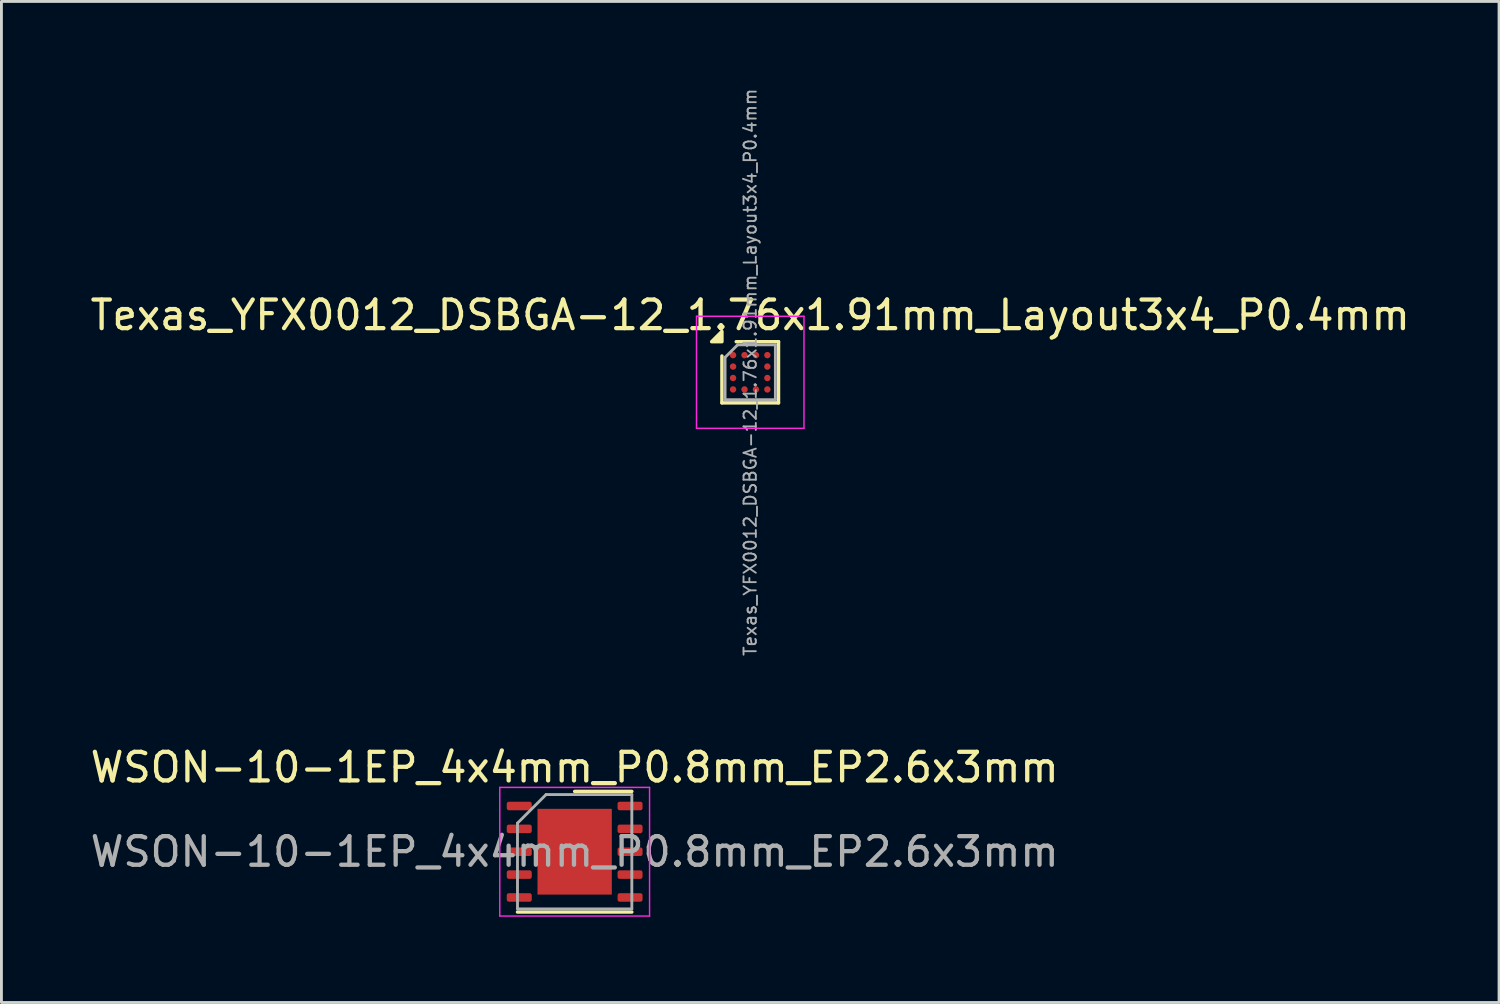
<source format=kicad_pcb>
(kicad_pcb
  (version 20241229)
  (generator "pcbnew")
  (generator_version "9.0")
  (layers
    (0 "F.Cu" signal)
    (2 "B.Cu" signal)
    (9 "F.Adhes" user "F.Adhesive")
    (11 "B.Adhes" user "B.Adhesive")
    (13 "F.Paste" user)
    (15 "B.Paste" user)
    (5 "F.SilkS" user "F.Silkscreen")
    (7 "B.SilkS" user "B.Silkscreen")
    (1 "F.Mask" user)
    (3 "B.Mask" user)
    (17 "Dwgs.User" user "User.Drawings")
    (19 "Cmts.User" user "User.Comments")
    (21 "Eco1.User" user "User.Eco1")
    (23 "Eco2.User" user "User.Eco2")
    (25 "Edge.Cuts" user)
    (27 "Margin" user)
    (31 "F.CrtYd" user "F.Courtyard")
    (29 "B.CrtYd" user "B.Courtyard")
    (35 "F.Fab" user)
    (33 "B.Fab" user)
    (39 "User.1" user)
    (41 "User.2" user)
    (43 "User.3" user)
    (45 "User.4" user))
  (footprint "Texas_YFX0012_DSBGA-12_1.76x1.91mm_Layout3x4_P0.4mm"
    (layer "F.Cu")
    (at 23.196 9.974)
    (property "Reference" "Texas_YFX0012_DSBGA-12_1.76x1.91mm_Layout3x4_P0.4mm" (at 0 -2 0) (layer "F.SilkS") (effects (font (size 1 1) (thickness 0.15))))
    (attr smd)
    (fp_line (start -0.99 -0.57) (end -0.99 1.07) (stroke (width 0.12) (type solid)) (layer "F.SilkS"))
    (fp_line (start -0.49 -1.07) (end 0.99 -1.07) (stroke (width 0.12) (type solid)) (layer "F.SilkS"))
    (fp_line (start 0.99 1.07) (end -0.99 1.07) (stroke (width 0.12) (type solid)) (layer "F.SilkS"))
    (fp_line (start 0.99 1.07) (end 0.99 -1.07) (stroke (width 0.12) (type solid)) (layer "F.SilkS"))
    (fp_poly (pts (xy -0.99 -1.07) (xy -1.35 -1.07) (xy -0.99 -1.43)) (stroke (width 0.12) (type solid)) (fill yes) (layer "F.SilkS"))
    (fp_line (start -1.88 -1.96) (end -1.88 1.96) (stroke (width 0.05) (type solid)) (layer "F.CrtYd"))
    (fp_line (start -1.88 1.96) (end 1.88 1.96) (stroke (width 0.05) (type solid)) (layer "F.CrtYd"))
    (fp_line (start 1.88 -1.96) (end -1.88 -1.96) (stroke (width 0.05) (type solid)) (layer "F.CrtYd"))
    (fp_line (start 1.88 1.96) (end 1.88 -1.96) (stroke (width 0.05) (type solid)) (layer "F.CrtYd"))
    (fp_line (start -0.88 -0.52) (end -0.88 0.96) (stroke (width 0.1) (type solid)) (layer "F.Fab"))
    (fp_line (start -0.44 -0.96) (end -0.88 -0.52) (stroke (width 0.1) (type solid)) (layer "F.Fab"))
    (fp_line (start -0.44 -0.96) (end 0.88 -0.96) (stroke (width 0.1) (type solid)) (layer "F.Fab"))
    (fp_line (start 0.88 0.96) (end -0.88 0.96) (stroke (width 0.1) (type solid)) (layer "F.Fab"))
    (fp_line (start 0.88 0.96) (end 0.88 -0.96) (stroke (width 0.1) (type solid)) (layer "F.Fab"))
    (fp_text user "${REFERENCE}" (at 0 0 270) (layer "F.Fab") (effects (font (size 0.43 0.43) (thickness 0.065))))
    (pad "" smd roundrect (at -0.6 -0.6) (size 0.25 0.25) (layers "F.Paste") (roundrect_rratio 0.2))
    (pad "" smd roundrect (at -0.6 -0.2) (size 0.25 0.25) (layers "F.Paste") (roundrect_rratio 0.2))
    (pad "" smd roundrect (at -0.6 0.2) (size 0.25 0.25) (layers "F.Paste") (roundrect_rratio 0.2))
    (pad "" smd roundrect (at -0.6 0.6) (size 0.25 0.25) (layers "F.Paste") (roundrect_rratio 0.2))
    (pad "" smd roundrect (at -0.2 -0.6) (size 0.25 0.25) (layers "F.Paste") (roundrect_rratio 0.2))
    (pad "" smd roundrect (at -0.2 0.6) (size 0.25 0.25) (layers "F.Paste") (roundrect_rratio 0.2))
    (pad "" smd roundrect (at 0.2 -0.6) (size 0.25 0.25) (layers "F.Paste") (roundrect_rratio 0.2))
    (pad "" smd roundrect (at 0.2 0.6) (size 0.25 0.25) (layers "F.Paste") (roundrect_rratio 0.2))
    (pad "" smd roundrect (at 0.6 -0.6) (size 0.25 0.25) (layers "F.Paste") (roundrect_rratio 0.2))
    (pad "" smd roundrect (at 0.6 -0.2) (size 0.25 0.25) (layers "F.Paste") (roundrect_rratio 0.2))
    (pad "" smd roundrect (at 0.6 0.2) (size 0.25 0.25) (layers "F.Paste") (roundrect_rratio 0.2))
    (pad "" smd roundrect (at 0.6 0.6) (size 0.25 0.25) (layers "F.Paste") (roundrect_rratio 0.2))
    (pad "A1" smd circle (at -0.6 -0.6) (size 0.225 0.225) (layers "F.Cu" "F.Mask"))
    (pad "A2" smd circle (at -0.2 -0.6) (size 0.225 0.225) (layers "F.Cu" "F.Mask"))
    (pad "A3" smd circle (at 0.2 -0.6) (size 0.225 0.225) (layers "F.Cu" "F.Mask"))
    (pad "A4" smd circle (at 0.6 -0.6) (size 0.225 0.225) (layers "F.Cu" "F.Mask"))
    (pad "B1" smd circle (at -0.6 -0.2) (size 0.225 0.225) (layers "F.Cu" "F.Mask"))
    (pad "B4" smd circle (at 0.6 -0.2) (size 0.225 0.225) (layers "F.Cu" "F.Mask"))
    (pad "C1" smd circle (at -0.6 0.2) (size 0.225 0.225) (layers "F.Cu" "F.Mask"))
    (pad "C4" smd circle (at 0.6 0.2) (size 0.225 0.225) (layers "F.Cu" "F.Mask"))
    (pad "D1" smd circle (at -0.6 0.6) (size 0.225 0.225) (layers "F.Cu" "F.Mask"))
    (pad "D2" smd circle (at -0.2 0.6) (size 0.225 0.225) (layers "F.Cu" "F.Mask"))
    (pad "D3" smd circle (at 0.2 0.6) (size 0.225 0.225) (layers "F.Cu" "F.Mask"))
    (pad "D4" smd circle (at 0.6 0.6) (size 0.225 0.225) (layers "F.Cu" "F.Mask")))
  (footprint "WSON-10-1EP_4x4mm_P0.8mm_EP2.6x3mm"
    (layer "F.Cu")
    (at 17.054 26.747)
    (property "Reference" "WSON-10-1EP_4x4mm_P0.8mm_EP2.6x3mm" (at 0 -2.95 0) (layer "F.SilkS") (effects (font (size 1 1) (thickness 0.15))))
    (attr smd)
    (fp_line (start -2 2.11) (end 2 2.11) (stroke (width 0.12) (type solid)) (layer "F.SilkS"))
    (fp_line (start 0 -2.11) (end 2 -2.11) (stroke (width 0.12) (type solid)) (layer "F.SilkS"))
    (fp_line (start -2.62 -2.25) (end -2.62 2.25) (stroke (width 0.05) (type solid)) (layer "F.CrtYd"))
    (fp_line (start -2.62 2.25) (end 2.62 2.25) (stroke (width 0.05) (type solid)) (layer "F.CrtYd"))
    (fp_line (start 2.62 -2.25) (end -2.62 -2.25) (stroke (width 0.05) (type solid)) (layer "F.CrtYd"))
    (fp_line (start 2.62 2.25) (end 2.62 -2.25) (stroke (width 0.05) (type solid)) (layer "F.CrtYd"))
    (fp_line (start -2 -1) (end -1 -2) (stroke (width 0.1) (type solid)) (layer "F.Fab"))
    (fp_line (start -2 2) (end -2 -1) (stroke (width 0.1) (type solid)) (layer "F.Fab"))
    (fp_line (start -1 -2) (end 2 -2) (stroke (width 0.1) (type solid)) (layer "F.Fab"))
    (fp_line (start 2 -2) (end 2 2) (stroke (width 0.1) (type solid)) (layer "F.Fab"))
    (fp_line (start 2 2) (end -2 2) (stroke (width 0.1) (type solid)) (layer "F.Fab"))
    (fp_text user "${REFERENCE}" (at 0 0 0) (layer "F.Fab") (effects (font (size 1 1) (thickness 0.15))))
    (pad "" smd roundrect (at -0.65 -0.75) (size 1.05 1.21) (layers "F.Paste") (roundrect_rratio 0.238))
    (pad "" smd roundrect (at -0.65 0.75) (size 1.05 1.21) (layers "F.Paste") (roundrect_rratio 0.238))
    (pad "" smd roundrect (at 0.65 -0.75) (size 1.05 1.21) (layers "F.Paste") (roundrect_rratio 0.238))
    (pad "" smd roundrect (at 0.65 0.75) (size 1.05 1.21) (layers "F.Paste") (roundrect_rratio 0.238))
    (pad "1" smd roundrect (at -1.938 -1.6) (size 0.875 0.3) (layers "F.Cu" "F.Mask" "F.Paste") (roundrect_rratio 0.25))
    (pad "2" smd roundrect (at -1.938 -0.8) (size 0.875 0.3) (layers "F.Cu" "F.Mask" "F.Paste") (roundrect_rratio 0.25))
    (pad "3" smd roundrect (at -1.938 0) (size 0.875 0.3) (layers "F.Cu" "F.Mask" "F.Paste") (roundrect_rratio 0.25))
    (pad "4" smd roundrect (at -1.938 0.8) (size 0.875 0.3) (layers "F.Cu" "F.Mask" "F.Paste") (roundrect_rratio 0.25))
    (pad "5" smd roundrect (at -1.938 1.6) (size 0.875 0.3) (layers "F.Cu" "F.Mask" "F.Paste") (roundrect_rratio 0.25))
    (pad "6" smd roundrect (at 1.938 1.6) (size 0.875 0.3) (layers "F.Cu" "F.Mask" "F.Paste") (roundrect_rratio 0.25))
    (pad "7" smd roundrect (at 1.938 0.8) (size 0.875 0.3) (layers "F.Cu" "F.Mask" "F.Paste") (roundrect_rratio 0.25))
    (pad "8" smd roundrect (at 1.938 0) (size 0.875 0.3) (layers "F.Cu" "F.Mask" "F.Paste") (roundrect_rratio 0.25))
    (pad "9" smd roundrect (at 1.938 -0.8) (size 0.875 0.3) (layers "F.Cu" "F.Mask" "F.Paste") (roundrect_rratio 0.25))
    (pad "10" smd roundrect (at 1.938 -1.6) (size 0.875 0.3) (layers "F.Cu" "F.Mask" "F.Paste") (roundrect_rratio 0.25))
    (pad "11" smd rect (at 0 0) (size 2.6 3) (layers "F.Cu" "F.Mask")))
  (gr_rect
    (start -3 -3)
    (end 49.393 32.022)
    (stroke (width 0.1) (type default))
    (fill no)
    (layer "Edge.Cuts")))
</source>
